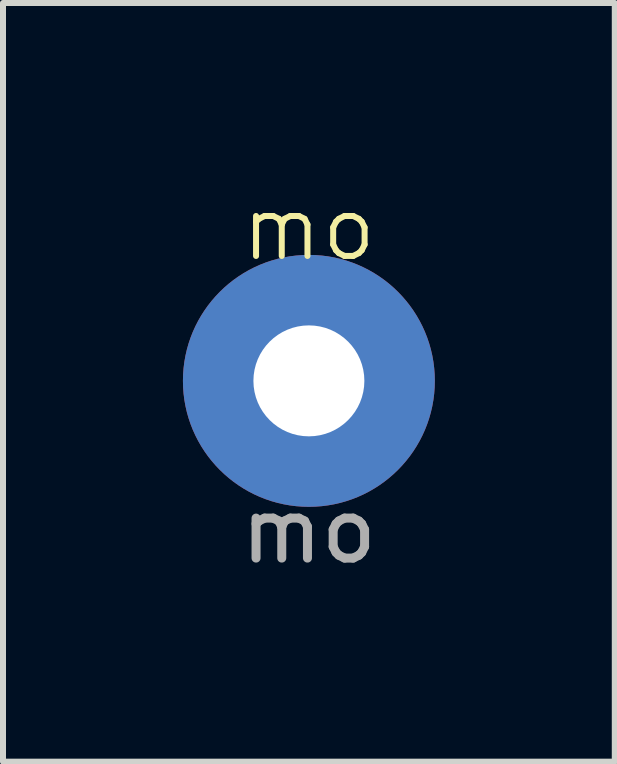
<source format=kicad_pcb>
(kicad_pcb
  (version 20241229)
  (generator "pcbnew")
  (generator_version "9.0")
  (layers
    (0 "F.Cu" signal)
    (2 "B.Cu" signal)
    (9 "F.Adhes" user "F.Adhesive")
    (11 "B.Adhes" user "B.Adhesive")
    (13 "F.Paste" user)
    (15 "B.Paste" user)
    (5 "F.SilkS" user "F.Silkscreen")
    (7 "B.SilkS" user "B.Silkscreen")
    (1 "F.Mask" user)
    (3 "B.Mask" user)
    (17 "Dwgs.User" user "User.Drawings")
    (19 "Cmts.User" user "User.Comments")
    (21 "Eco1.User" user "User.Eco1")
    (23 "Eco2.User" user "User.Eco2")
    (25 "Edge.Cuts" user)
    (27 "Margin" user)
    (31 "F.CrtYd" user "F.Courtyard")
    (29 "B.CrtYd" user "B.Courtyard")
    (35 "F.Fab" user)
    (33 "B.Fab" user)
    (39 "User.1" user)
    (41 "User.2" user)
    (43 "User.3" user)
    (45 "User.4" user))
  (footprint "mo"
    (layer "F.Cu")
    (at 2.1 3.3)
    (property "Reference" "mo" (at 0 -2.54 0) (unlocked yes) (layer "F.SilkS") (effects (font (size 1 1) (thickness 0.1))))
    (attr smd)
    (fp_text user "${REFERENCE}" (at 0 2.5 0) (unlocked yes) (layer "F.Fab") (effects (font (size 1 1) (thickness 0.15))))
    (pad "1" thru_hole circle (at 0 0 90) (size 4.2 4.2) (drill 1.85) (layers "*.Cu" "*.Mask")))
  (gr_rect
    (start -3 -3)
    (end 7.2 9.649)
    (stroke (width 0.1) (type default))
    (fill no)
    (layer "Edge.Cuts")))
</source>
